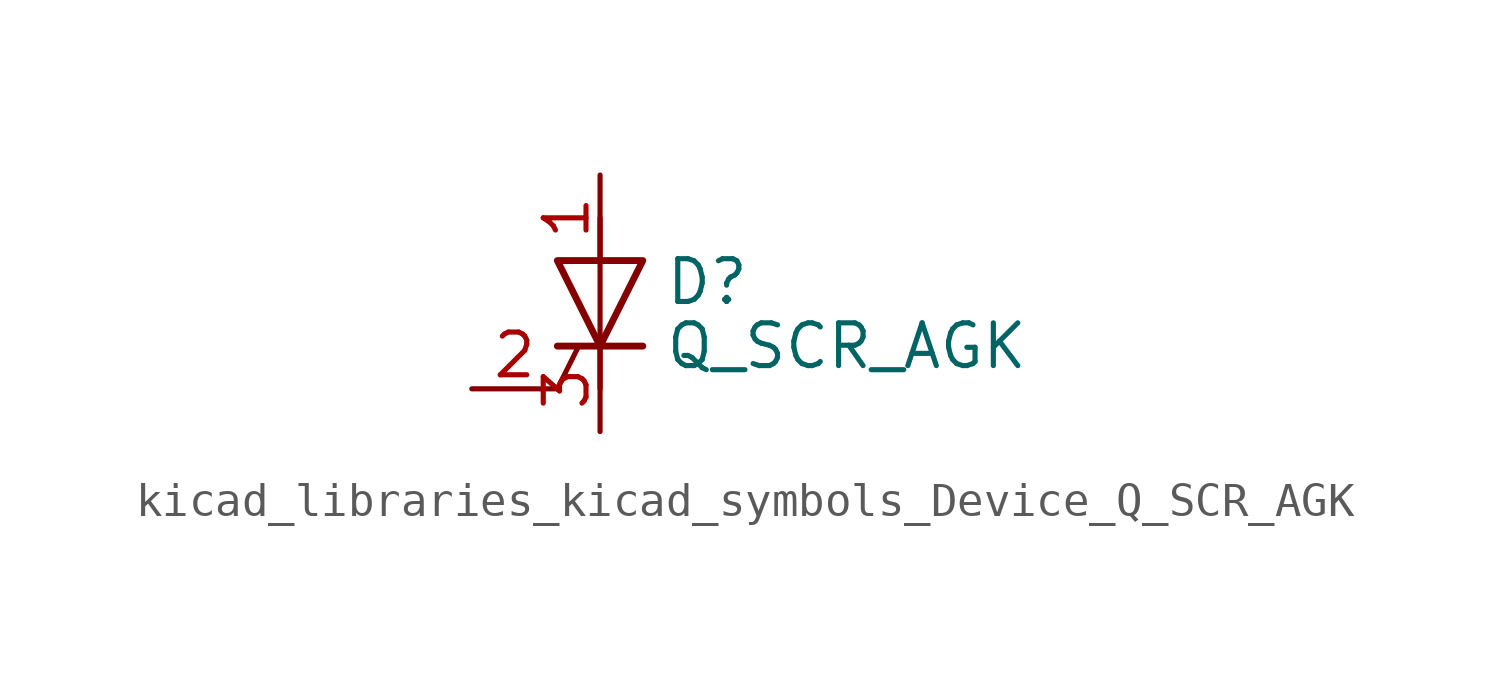
<source format=kicad_sym>
(kicad_symbol_lib
  (version 20220914)
  (generator kicad_symbol_editor)
  (symbol "kicad_libraries_kicad_symbols_Device_Q_SCR_AGK"
    (pin_names
      (offset 0) hide)
    (property "Reference" "D"
      (at 1.905 0.635 0)
      (effects (font (size 1.27 1.27)) (justify left)))
    (property "Value" "Q_SCR_AGK"
      (at 1.905 -1.27 0)
      (effects (font (size 1.27 1.27)) (justify left)))
    (symbol "kicad_libraries_kicad_symbols_Device_Q_SCR_AGK_0_1"
      (polyline (pts (xy -1.27 -2.54) (xy -0.635 -1.27)) (stroke (width 0) (type default)) (fill (type none)))
      (polyline (pts (xy -1.27 -1.27) (xy 1.27 -1.27)) (stroke (width 0.203) (type default)) (fill (type none)))
      (polyline (pts (xy 0 -2.54) (xy 0 2.54)) (stroke (width 0) (type default)) (fill (type none)))
      (polyline (pts (xy -1.27 1.27) (xy 1.27 1.27) (xy 0 -1.27) (xy -1.27 1.27)) (stroke (width 0.203) (type default)) (fill (type none))))
    (symbol "kicad_libraries_kicad_symbols_Device_Q_SCR_AGK_1_1"
      (pin passive line (at 0 3.81 270) (length 2.54) (name "A" (effects (font (size 1.27 1.27)))) (number "1" (effects (font (size 1.27 1.27)))))
      (pin input line (at -3.81 -2.54 0) (length 2.54) (name "G" (effects (font (size 1.27 1.27)))) (number "2" (effects (font (size 1.27 1.27)))))
      (pin passive line (at 0 -3.81 90) (length 2.54) (name "K" (effects (font (size 1.27 1.27)))) (number "3" (effects (font (size 1.27 1.27))))))))
</source>
